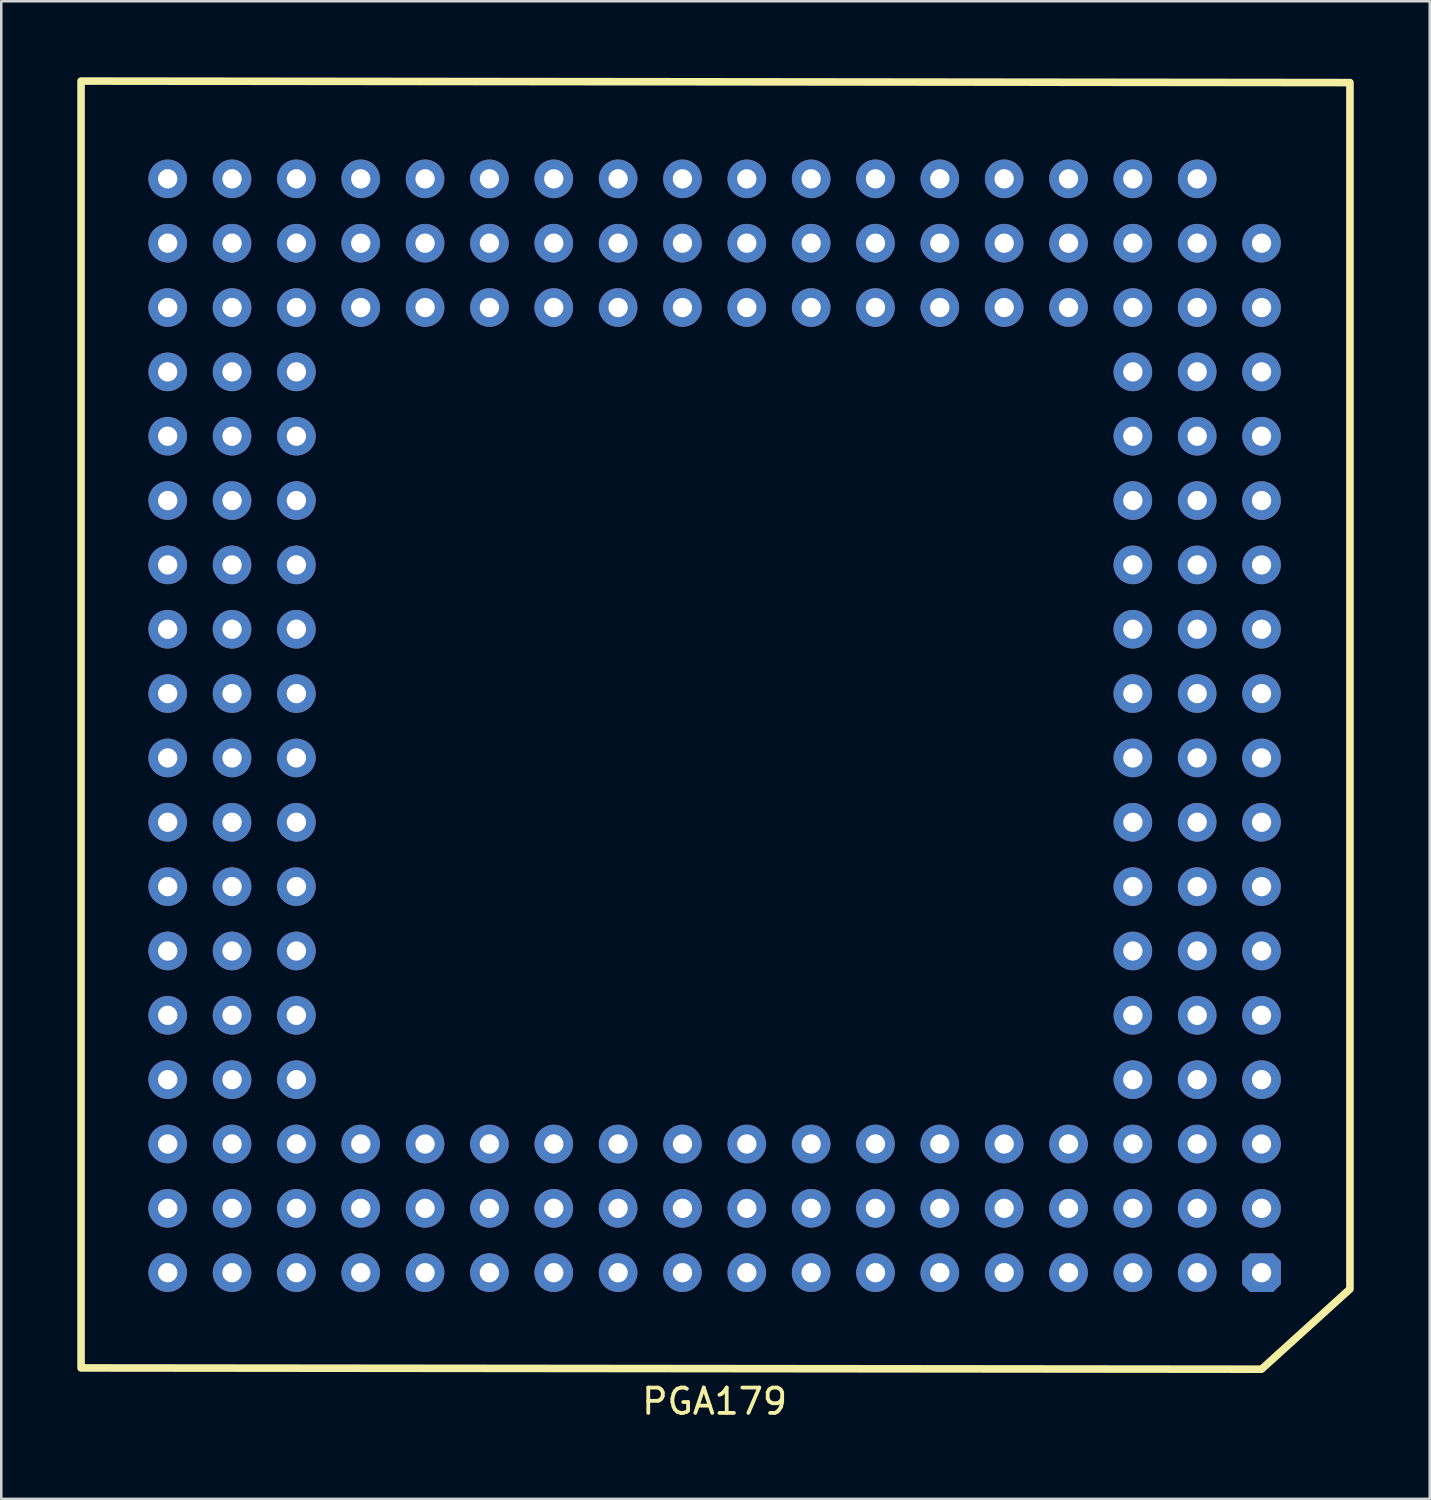
<source format=kicad_pcb>
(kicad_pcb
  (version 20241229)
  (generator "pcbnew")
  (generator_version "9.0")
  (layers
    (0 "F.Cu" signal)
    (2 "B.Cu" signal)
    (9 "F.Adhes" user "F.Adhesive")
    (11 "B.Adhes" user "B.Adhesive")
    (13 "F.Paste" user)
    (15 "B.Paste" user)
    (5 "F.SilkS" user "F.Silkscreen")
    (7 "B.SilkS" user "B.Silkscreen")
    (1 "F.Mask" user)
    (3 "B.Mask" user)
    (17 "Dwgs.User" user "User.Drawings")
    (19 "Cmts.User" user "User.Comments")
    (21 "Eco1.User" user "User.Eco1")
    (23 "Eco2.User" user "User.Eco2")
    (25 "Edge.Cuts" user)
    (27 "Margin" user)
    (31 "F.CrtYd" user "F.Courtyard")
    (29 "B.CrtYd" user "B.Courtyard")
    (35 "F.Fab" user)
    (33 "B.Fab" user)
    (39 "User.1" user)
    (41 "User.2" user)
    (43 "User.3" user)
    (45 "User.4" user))
  (footprint "PGA179"
    (layer "F.Cu")
    (at 25.16 25.6)
    (property "Reference" "PGA179" (at 0 26.67 0) (unlocked yes) (layer "F.SilkS") (effects (font (size 1 1) (thickness 0.15))))
    (attr through_hole)
    (fp_poly (pts (xy 25.08 -25.39) (xy -25.01 -25.45) (xy -25.01 25.35) (xy 21.59 25.4) (xy 25.08 22.235)) (stroke (width 0.3) (type solid)) (fill no) (layer "F.SilkS"))
    (pad "1" thru_hole roundrect (at 21.59 21.59) (size 1.524 1.524) (drill 0.762) (layers "*.Cu" "*.Mask") (roundrect_rratio 0) (chamfer_ratio 0.2) (chamfer top_left top_right bottom_left bottom_right))
    (pad "2" thru_hole circle (at 19.05 21.59) (size 1.524 1.524) (drill 0.762) (layers "*.Cu" "*.Mask"))
    (pad "3" thru_hole circle (at 16.51 21.59) (size 1.524 1.524) (drill 0.762) (layers "*.Cu" "*.Mask"))
    (pad "4" thru_hole circle (at 13.97 21.59) (size 1.524 1.524) (drill 0.762) (layers "*.Cu" "*.Mask"))
    (pad "5" thru_hole circle (at 11.43 21.59) (size 1.524 1.524) (drill 0.762) (layers "*.Cu" "*.Mask"))
    (pad "6" thru_hole circle (at 8.89 21.59) (size 1.524 1.524) (drill 0.762) (layers "*.Cu" "*.Mask"))
    (pad "7" thru_hole circle (at 6.35 21.59) (size 1.524 1.524) (drill 0.762) (layers "*.Cu" "*.Mask"))
    (pad "8" thru_hole circle (at 3.81 21.59) (size 1.524 1.524) (drill 0.762) (layers "*.Cu" "*.Mask"))
    (pad "9" thru_hole circle (at 1.27 21.59) (size 1.524 1.524) (drill 0.762) (layers "*.Cu" "*.Mask"))
    (pad "10" thru_hole circle (at -1.27 21.59) (size 1.524 1.524) (drill 0.762) (layers "*.Cu" "*.Mask"))
    (pad "11" thru_hole circle (at -3.81 21.59) (size 1.524 1.524) (drill 0.762) (layers "*.Cu" "*.Mask"))
    (pad "12" thru_hole circle (at -6.35 21.59) (size 1.524 1.524) (drill 0.762) (layers "*.Cu" "*.Mask"))
    (pad "13" thru_hole circle (at -8.89 21.59) (size 1.524 1.524) (drill 0.762) (layers "*.Cu" "*.Mask"))
    (pad "14" thru_hole circle (at -11.43 21.59) (size 1.524 1.524) (drill 0.762) (layers "*.Cu" "*.Mask"))
    (pad "15" thru_hole circle (at -13.97 21.59) (size 1.524 1.524) (drill 0.762) (layers "*.Cu" "*.Mask"))
    (pad "16" thru_hole circle (at -16.51 21.59) (size 1.524 1.524) (drill 0.762) (layers "*.Cu" "*.Mask"))
    (pad "17" thru_hole circle (at -19.05 21.59) (size 1.524 1.524) (drill 0.762) (layers "*.Cu" "*.Mask"))
    (pad "18" thru_hole circle (at -21.59 21.59) (size 1.524 1.524) (drill 0.762) (layers "*.Cu" "*.Mask"))
    (pad "19" thru_hole circle (at 21.59 19.05) (size 1.524 1.524) (drill 0.762) (layers "*.Cu" "*.Mask"))
    (pad "20" thru_hole circle (at 19.05 19.05) (size 1.524 1.524) (drill 0.762) (layers "*.Cu" "*.Mask"))
    (pad "21" thru_hole circle (at 16.51 19.05) (size 1.524 1.524) (drill 0.762) (layers "*.Cu" "*.Mask"))
    (pad "22" thru_hole circle (at 13.97 19.05) (size 1.524 1.524) (drill 0.762) (layers "*.Cu" "*.Mask"))
    (pad "23" thru_hole circle (at 11.43 19.05) (size 1.524 1.524) (drill 0.762) (layers "*.Cu" "*.Mask"))
    (pad "24" thru_hole circle (at 8.89 19.05) (size 1.524 1.524) (drill 0.762) (layers "*.Cu" "*.Mask"))
    (pad "25" thru_hole circle (at 6.35 19.05) (size 1.524 1.524) (drill 0.762) (layers "*.Cu" "*.Mask"))
    (pad "26" thru_hole circle (at 3.81 19.05) (size 1.524 1.524) (drill 0.762) (layers "*.Cu" "*.Mask"))
    (pad "27" thru_hole circle (at 1.27 19.05) (size 1.524 1.524) (drill 0.762) (layers "*.Cu" "*.Mask"))
    (pad "28" thru_hole circle (at -1.27 19.05) (size 1.524 1.524) (drill 0.762) (layers "*.Cu" "*.Mask"))
    (pad "29" thru_hole circle (at -3.81 19.05) (size 1.524 1.524) (drill 0.762) (layers "*.Cu" "*.Mask"))
    (pad "30" thru_hole circle (at -6.35 19.05) (size 1.524 1.524) (drill 0.762) (layers "*.Cu" "*.Mask"))
    (pad "31" thru_hole circle (at -8.89 19.05) (size 1.524 1.524) (drill 0.762) (layers "*.Cu" "*.Mask"))
    (pad "32" thru_hole circle (at -11.43 19.05) (size 1.524 1.524) (drill 0.762) (layers "*.Cu" "*.Mask"))
    (pad "33" thru_hole circle (at -13.97 19.05) (size 1.524 1.524) (drill 0.762) (layers "*.Cu" "*.Mask"))
    (pad "34" thru_hole circle (at -16.51 19.05) (size 1.524 1.524) (drill 0.762) (layers "*.Cu" "*.Mask"))
    (pad "35" thru_hole circle (at -19.05 19.05) (size 1.524 1.524) (drill 0.762) (layers "*.Cu" "*.Mask"))
    (pad "36" thru_hole circle (at -21.59 19.05) (size 1.524 1.524) (drill 0.762) (layers "*.Cu" "*.Mask"))
    (pad "37" thru_hole circle (at 21.59 16.51) (size 1.524 1.524) (drill 0.762) (layers "*.Cu" "*.Mask"))
    (pad "38" thru_hole circle (at 19.05 16.51) (size 1.524 1.524) (drill 0.762) (layers "*.Cu" "*.Mask"))
    (pad "39" thru_hole circle (at 16.51 16.51) (size 1.524 1.524) (drill 0.762) (layers "*.Cu" "*.Mask"))
    (pad "40" thru_hole circle (at 13.97 16.51) (size 1.524 1.524) (drill 0.762) (layers "*.Cu" "*.Mask"))
    (pad "41" thru_hole circle (at 11.43 16.51) (size 1.524 1.524) (drill 0.762) (layers "*.Cu" "*.Mask"))
    (pad "42" thru_hole circle (at 8.89 16.51) (size 1.524 1.524) (drill 0.762) (layers "*.Cu" "*.Mask"))
    (pad "43" thru_hole circle (at 6.35 16.51) (size 1.524 1.524) (drill 0.762) (layers "*.Cu" "*.Mask"))
    (pad "44" thru_hole circle (at 3.81 16.51) (size 1.524 1.524) (drill 0.762) (layers "*.Cu" "*.Mask"))
    (pad "45" thru_hole circle (at 1.27 16.51) (size 1.524 1.524) (drill 0.762) (layers "*.Cu" "*.Mask"))
    (pad "46" thru_hole circle (at -1.27 16.51) (size 1.524 1.524) (drill 0.762) (layers "*.Cu" "*.Mask"))
    (pad "47" thru_hole circle (at -3.81 16.51) (size 1.524 1.524) (drill 0.762) (layers "*.Cu" "*.Mask"))
    (pad "48" thru_hole circle (at -6.35 16.51) (size 1.524 1.524) (drill 0.762) (layers "*.Cu" "*.Mask"))
    (pad "49" thru_hole circle (at -8.89 16.51) (size 1.524 1.524) (drill 0.762) (layers "*.Cu" "*.Mask"))
    (pad "50" thru_hole circle (at -11.43 16.51) (size 1.524 1.524) (drill 0.762) (layers "*.Cu" "*.Mask"))
    (pad "51" thru_hole circle (at -13.97 16.51) (size 1.524 1.524) (drill 0.762) (layers "*.Cu" "*.Mask"))
    (pad "52" thru_hole circle (at -16.51 16.51) (size 1.524 1.524) (drill 0.762) (layers "*.Cu" "*.Mask"))
    (pad "53" thru_hole circle (at -19.05 16.51) (size 1.524 1.524) (drill 0.762) (layers "*.Cu" "*.Mask"))
    (pad "54" thru_hole circle (at -21.59 16.51) (size 1.524 1.524) (drill 0.762) (layers "*.Cu" "*.Mask"))
    (pad "55" thru_hole circle (at 21.59 13.97) (size 1.524 1.524) (drill 0.762) (layers "*.Cu" "*.Mask"))
    (pad "56" thru_hole circle (at 19.05 13.97) (size 1.524 1.524) (drill 0.762) (layers "*.Cu" "*.Mask"))
    (pad "57" thru_hole circle (at 16.51 13.97) (size 1.524 1.524) (drill 0.762) (layers "*.Cu" "*.Mask"))
    (pad "58" thru_hole circle (at -16.51 13.97) (size 1.524 1.524) (drill 0.762) (layers "*.Cu" "*.Mask"))
    (pad "59" thru_hole circle (at -19.05 13.97) (size 1.524 1.524) (drill 0.762) (layers "*.Cu" "*.Mask"))
    (pad "60" thru_hole circle (at -21.59 13.97) (size 1.524 1.524) (drill 0.762) (layers "*.Cu" "*.Mask"))
    (pad "61" thru_hole circle (at 21.59 11.43) (size 1.524 1.524) (drill 0.762) (layers "*.Cu" "*.Mask"))
    (pad "62" thru_hole circle (at 19.05 11.43) (size 1.524 1.524) (drill 0.762) (layers "*.Cu" "*.Mask"))
    (pad "63" thru_hole circle (at 16.51 11.43) (size 1.524 1.524) (drill 0.762) (layers "*.Cu" "*.Mask"))
    (pad "64" thru_hole circle (at -16.51 11.43) (size 1.524 1.524) (drill 0.762) (layers "*.Cu" "*.Mask"))
    (pad "65" thru_hole circle (at -19.05 11.43) (size 1.524 1.524) (drill 0.762) (layers "*.Cu" "*.Mask"))
    (pad "66" thru_hole circle (at -21.59 11.43) (size 1.524 1.524) (drill 0.762) (layers "*.Cu" "*.Mask"))
    (pad "67" thru_hole circle (at 21.59 8.89) (size 1.524 1.524) (drill 0.762) (layers "*.Cu" "*.Mask"))
    (pad "68" thru_hole circle (at 19.05 8.89) (size 1.524 1.524) (drill 0.762) (layers "*.Cu" "*.Mask"))
    (pad "69" thru_hole circle (at 16.51 8.89) (size 1.524 1.524) (drill 0.762) (layers "*.Cu" "*.Mask"))
    (pad "70" thru_hole circle (at -16.51 8.89) (size 1.524 1.524) (drill 0.762) (layers "*.Cu" "*.Mask"))
    (pad "71" thru_hole circle (at -19.05 8.89) (size 1.524 1.524) (drill 0.762) (layers "*.Cu" "*.Mask"))
    (pad "72" thru_hole circle (at -21.59 8.89) (size 1.524 1.524) (drill 0.762) (layers "*.Cu" "*.Mask"))
    (pad "73" thru_hole circle (at 21.59 6.35) (size 1.524 1.524) (drill 0.762) (layers "*.Cu" "*.Mask"))
    (pad "74" thru_hole circle (at 19.05 6.35) (size 1.524 1.524) (drill 0.762) (layers "*.Cu" "*.Mask"))
    (pad "75" thru_hole circle (at 16.51 6.35) (size 1.524 1.524) (drill 0.762) (layers "*.Cu" "*.Mask"))
    (pad "76" thru_hole circle (at -16.51 6.35) (size 1.524 1.524) (drill 0.762) (layers "*.Cu" "*.Mask"))
    (pad "77" thru_hole circle (at -19.05 6.35) (size 1.524 1.524) (drill 0.762) (layers "*.Cu" "*.Mask"))
    (pad "78" thru_hole circle (at -21.59 6.35) (size 1.524 1.524) (drill 0.762) (layers "*.Cu" "*.Mask"))
    (pad "79" thru_hole circle (at 21.59 3.81) (size 1.524 1.524) (drill 0.762) (layers "*.Cu" "*.Mask"))
    (pad "80" thru_hole circle (at 19.05 3.81) (size 1.524 1.524) (drill 0.762) (layers "*.Cu" "*.Mask"))
    (pad "81" thru_hole circle (at 16.51 3.81) (size 1.524 1.524) (drill 0.762) (layers "*.Cu" "*.Mask"))
    (pad "82" thru_hole circle (at -16.51 3.81) (size 1.524 1.524) (drill 0.762) (layers "*.Cu" "*.Mask"))
    (pad "83" thru_hole circle (at -19.05 3.81) (size 1.524 1.524) (drill 0.762) (layers "*.Cu" "*.Mask"))
    (pad "84" thru_hole circle (at -21.59 3.81) (size 1.524 1.524) (drill 0.762) (layers "*.Cu" "*.Mask"))
    (pad "85" thru_hole circle (at 21.59 1.27) (size 1.524 1.524) (drill 0.762) (layers "*.Cu" "*.Mask"))
    (pad "86" thru_hole circle (at 19.05 1.27) (size 1.524 1.524) (drill 0.762) (layers "*.Cu" "*.Mask"))
    (pad "87" thru_hole circle (at 16.51 1.27) (size 1.524 1.524) (drill 0.762) (layers "*.Cu" "*.Mask"))
    (pad "88" thru_hole circle (at -16.51 1.27) (size 1.524 1.524) (drill 0.762) (layers "*.Cu" "*.Mask"))
    (pad "89" thru_hole circle (at -19.05 1.27) (size 1.524 1.524) (drill 0.762) (layers "*.Cu" "*.Mask"))
    (pad "90" thru_hole circle (at -21.59 1.27) (size 1.524 1.524) (drill 0.762) (layers "*.Cu" "*.Mask"))
    (pad "91" thru_hole circle (at 21.59 -1.27) (size 1.524 1.524) (drill 0.762) (layers "*.Cu" "*.Mask"))
    (pad "92" thru_hole circle (at 19.05 -1.27) (size 1.524 1.524) (drill 0.762) (layers "*.Cu" "*.Mask"))
    (pad "93" thru_hole circle (at 16.51 -1.27) (size 1.524 1.524) (drill 0.762) (layers "*.Cu" "*.Mask"))
    (pad "94" thru_hole circle (at -16.51 -1.27) (size 1.524 1.524) (drill 0.762) (layers "*.Cu" "*.Mask"))
    (pad "95" thru_hole circle (at -19.05 -1.27) (size 1.524 1.524) (drill 0.762) (layers "*.Cu" "*.Mask"))
    (pad "96" thru_hole circle (at -21.59 -1.27) (size 1.524 1.524) (drill 0.762) (layers "*.Cu" "*.Mask"))
    (pad "97" thru_hole circle (at 21.59 -3.81) (size 1.524 1.524) (drill 0.762) (layers "*.Cu" "*.Mask"))
    (pad "98" thru_hole circle (at 19.05 -3.81) (size 1.524 1.524) (drill 0.762) (layers "*.Cu" "*.Mask"))
    (pad "99" thru_hole circle (at 16.51 -3.81) (size 1.524 1.524) (drill 0.762) (layers "*.Cu" "*.Mask"))
    (pad "100" thru_hole circle (at -16.51 -3.81) (size 1.524 1.524) (drill 0.762) (layers "*.Cu" "*.Mask"))
    (pad "101" thru_hole circle (at -19.05 -3.81) (size 1.524 1.524) (drill 0.762) (layers "*.Cu" "*.Mask"))
    (pad "102" thru_hole circle (at -21.59 -3.81) (size 1.524 1.524) (drill 0.762) (layers "*.Cu" "*.Mask"))
    (pad "103" thru_hole circle (at 21.59 -6.35) (size 1.524 1.524) (drill 0.762) (layers "*.Cu" "*.Mask"))
    (pad "104" thru_hole circle (at 19.05 -6.35) (size 1.524 1.524) (drill 0.762) (layers "*.Cu" "*.Mask"))
    (pad "105" thru_hole circle (at 16.51 -6.35) (size 1.524 1.524) (drill 0.762) (layers "*.Cu" "*.Mask"))
    (pad "106" thru_hole circle (at -16.51 -6.35) (size 1.524 1.524) (drill 0.762) (layers "*.Cu" "*.Mask"))
    (pad "107" thru_hole circle (at -19.05 -6.35) (size 1.524 1.524) (drill 0.762) (layers "*.Cu" "*.Mask"))
    (pad "108" thru_hole circle (at -21.59 -6.35) (size 1.524 1.524) (drill 0.762) (layers "*.Cu" "*.Mask"))
    (pad "109" thru_hole circle (at 21.59 -8.89) (size 1.524 1.524) (drill 0.762) (layers "*.Cu" "*.Mask"))
    (pad "110" thru_hole circle (at 19.05 -8.89) (size 1.524 1.524) (drill 0.762) (layers "*.Cu" "*.Mask"))
    (pad "111" thru_hole circle (at 16.51 -8.89) (size 1.524 1.524) (drill 0.762) (layers "*.Cu" "*.Mask"))
    (pad "112" thru_hole circle (at -16.51 -8.89) (size 1.524 1.524) (drill 0.762) (layers "*.Cu" "*.Mask"))
    (pad "113" thru_hole circle (at -19.05 -8.89) (size 1.524 1.524) (drill 0.762) (layers "*.Cu" "*.Mask"))
    (pad "114" thru_hole circle (at -21.59 -8.89) (size 1.524 1.524) (drill 0.762) (layers "*.Cu" "*.Mask"))
    (pad "115" thru_hole circle (at 21.59 -11.43) (size 1.524 1.524) (drill 0.762) (layers "*.Cu" "*.Mask"))
    (pad "116" thru_hole circle (at 19.05 -11.43) (size 1.524 1.524) (drill 0.762) (layers "*.Cu" "*.Mask"))
    (pad "117" thru_hole circle (at 16.51 -11.43) (size 1.524 1.524) (drill 0.762) (layers "*.Cu" "*.Mask"))
    (pad "118" thru_hole circle (at -16.51 -11.43) (size 1.524 1.524) (drill 0.762) (layers "*.Cu" "*.Mask"))
    (pad "119" thru_hole circle (at -19.05 -11.43) (size 1.524 1.524) (drill 0.762) (layers "*.Cu" "*.Mask"))
    (pad "120" thru_hole circle (at -21.59 -11.43) (size 1.524 1.524) (drill 0.762) (layers "*.Cu" "*.Mask"))
    (pad "121" thru_hole circle (at 21.59 -13.97) (size 1.524 1.524) (drill 0.762) (layers "*.Cu" "*.Mask"))
    (pad "122" thru_hole circle (at 19.05 -13.97) (size 1.524 1.524) (drill 0.762) (layers "*.Cu" "*.Mask"))
    (pad "123" thru_hole circle (at 16.51 -13.97) (size 1.524 1.524) (drill 0.762) (layers "*.Cu" "*.Mask"))
    (pad "124" thru_hole circle (at -16.51 -13.97) (size 1.524 1.524) (drill 0.762) (layers "*.Cu" "*.Mask"))
    (pad "125" thru_hole circle (at -19.05 -13.97) (size 1.524 1.524) (drill 0.762) (layers "*.Cu" "*.Mask"))
    (pad "126" thru_hole circle (at -21.59 -13.97) (size 1.524 1.524) (drill 0.762) (layers "*.Cu" "*.Mask"))
    (pad "127" thru_hole circle (at 21.59 -16.51) (size 1.524 1.524) (drill 0.762) (layers "*.Cu" "*.Mask"))
    (pad "128" thru_hole circle (at 19.05 -16.51) (size 1.524 1.524) (drill 0.762) (layers "*.Cu" "*.Mask"))
    (pad "129" thru_hole circle (at 16.51 -16.51) (size 1.524 1.524) (drill 0.762) (layers "*.Cu" "*.Mask"))
    (pad "130" thru_hole circle (at 13.97 -16.51) (size 1.524 1.524) (drill 0.762) (layers "*.Cu" "*.Mask"))
    (pad "131" thru_hole circle (at 11.43 -16.51) (size 1.524 1.524) (drill 0.762) (layers "*.Cu" "*.Mask"))
    (pad "132" thru_hole circle (at 8.89 -16.51) (size 1.524 1.524) (drill 0.762) (layers "*.Cu" "*.Mask"))
    (pad "133" thru_hole circle (at 6.35 -16.51) (size 1.524 1.524) (drill 0.762) (layers "*.Cu" "*.Mask"))
    (pad "134" thru_hole circle (at 3.81 -16.51) (size 1.524 1.524) (drill 0.762) (layers "*.Cu" "*.Mask"))
    (pad "135" thru_hole circle (at 1.27 -16.51) (size 1.524 1.524) (drill 0.762) (layers "*.Cu" "*.Mask"))
    (pad "136" thru_hole circle (at -1.27 -16.51) (size 1.524 1.524) (drill 0.762) (layers "*.Cu" "*.Mask"))
    (pad "137" thru_hole circle (at -3.81 -16.51) (size 1.524 1.524) (drill 0.762) (layers "*.Cu" "*.Mask"))
    (pad "138" thru_hole circle (at -6.35 -16.51) (size 1.524 1.524) (drill 0.762) (layers "*.Cu" "*.Mask"))
    (pad "139" thru_hole circle (at -8.89 -16.51) (size 1.524 1.524) (drill 0.762) (layers "*.Cu" "*.Mask"))
    (pad "140" thru_hole circle (at -11.43 -16.51) (size 1.524 1.524) (drill 0.762) (layers "*.Cu" "*.Mask"))
    (pad "141" thru_hole circle (at -13.97 -16.51) (size 1.524 1.524) (drill 0.762) (layers "*.Cu" "*.Mask"))
    (pad "142" thru_hole circle (at -16.51 -16.51) (size 1.524 1.524) (drill 0.762) (layers "*.Cu" "*.Mask"))
    (pad "143" thru_hole circle (at -19.05 -16.51) (size 1.524 1.524) (drill 0.762) (layers "*.Cu" "*.Mask"))
    (pad "144" thru_hole circle (at -21.59 -16.51) (size 1.524 1.524) (drill 0.762) (layers "*.Cu" "*.Mask"))
    (pad "145" thru_hole circle (at 21.59 -19.05) (size 1.524 1.524) (drill 0.762) (layers "*.Cu" "*.Mask"))
    (pad "146" thru_hole circle (at 19.05 -19.05) (size 1.524 1.524) (drill 0.762) (layers "*.Cu" "*.Mask"))
    (pad "147" thru_hole circle (at 16.51 -19.05) (size 1.524 1.524) (drill 0.762) (layers "*.Cu" "*.Mask"))
    (pad "148" thru_hole circle (at 13.97 -19.05) (size 1.524 1.524) (drill 0.762) (layers "*.Cu" "*.Mask"))
    (pad "149" thru_hole circle (at 11.43 -19.05) (size 1.524 1.524) (drill 0.762) (layers "*.Cu" "*.Mask"))
    (pad "150" thru_hole circle (at 8.89 -19.05) (size 1.524 1.524) (drill 0.762) (layers "*.Cu" "*.Mask"))
    (pad "151" thru_hole circle (at 6.35 -19.05) (size 1.524 1.524) (drill 0.762) (layers "*.Cu" "*.Mask"))
    (pad "152" thru_hole circle (at 3.81 -19.05) (size 1.524 1.524) (drill 0.762) (layers "*.Cu" "*.Mask"))
    (pad "153" thru_hole circle (at 1.27 -19.05) (size 1.524 1.524) (drill 0.762) (layers "*.Cu" "*.Mask"))
    (pad "154" thru_hole circle (at -1.27 -19.05) (size 1.524 1.524) (drill 0.762) (layers "*.Cu" "*.Mask"))
    (pad "155" thru_hole circle (at -3.81 -19.05) (size 1.524 1.524) (drill 0.762) (layers "*.Cu" "*.Mask"))
    (pad "156" thru_hole circle (at -6.35 -19.05) (size 1.524 1.524) (drill 0.762) (layers "*.Cu" "*.Mask"))
    (pad "157" thru_hole circle (at -8.89 -19.05) (size 1.524 1.524) (drill 0.762) (layers "*.Cu" "*.Mask"))
    (pad "158" thru_hole circle (at -11.43 -19.05) (size 1.524 1.524) (drill 0.762) (layers "*.Cu" "*.Mask"))
    (pad "159" thru_hole circle (at -13.97 -19.05) (size 1.524 1.524) (drill 0.762) (layers "*.Cu" "*.Mask"))
    (pad "160" thru_hole circle (at -16.51 -19.05) (size 1.524 1.524) (drill 0.762) (layers "*.Cu" "*.Mask"))
    (pad "161" thru_hole circle (at -19.05 -19.05) (size 1.524 1.524) (drill 0.762) (layers "*.Cu" "*.Mask"))
    (pad "162" thru_hole circle (at -21.59 -19.05) (size 1.524 1.524) (drill 0.762) (layers "*.Cu" "*.Mask"))
    (pad "163" thru_hole circle (at 19.05 -21.59) (size 1.524 1.524) (drill 0.762) (layers "*.Cu" "*.Mask"))
    (pad "164" thru_hole circle (at 16.51 -21.59) (size 1.524 1.524) (drill 0.762) (layers "*.Cu" "*.Mask"))
    (pad "165" thru_hole circle (at 13.97 -21.59) (size 1.524 1.524) (drill 0.762) (layers "*.Cu" "*.Mask"))
    (pad "166" thru_hole circle (at 11.43 -21.59) (size 1.524 1.524) (drill 0.762) (layers "*.Cu" "*.Mask"))
    (pad "167" thru_hole circle (at 8.89 -21.59) (size 1.524 1.524) (drill 0.762) (layers "*.Cu" "*.Mask"))
    (pad "168" thru_hole circle (at 6.35 -21.59) (size 1.524 1.524) (drill 0.762) (layers "*.Cu" "*.Mask"))
    (pad "169" thru_hole circle (at 3.81 -21.59) (size 1.524 1.524) (drill 0.762) (layers "*.Cu" "*.Mask"))
    (pad "170" thru_hole circle (at 1.27 -21.59) (size 1.524 1.524) (drill 0.762) (layers "*.Cu" "*.Mask"))
    (pad "171" thru_hole circle (at -1.27 -21.59) (size 1.524 1.524) (drill 0.762) (layers "*.Cu" "*.Mask"))
    (pad "172" thru_hole circle (at -3.81 -21.59) (size 1.524 1.524) (drill 0.762) (layers "*.Cu" "*.Mask"))
    (pad "173" thru_hole circle (at -6.35 -21.59) (size 1.524 1.524) (drill 0.762) (layers "*.Cu" "*.Mask"))
    (pad "174" thru_hole circle (at -8.89 -21.59) (size 1.524 1.524) (drill 0.762) (layers "*.Cu" "*.Mask"))
    (pad "175" thru_hole circle (at -11.43 -21.59) (size 1.524 1.524) (drill 0.762) (layers "*.Cu" "*.Mask"))
    (pad "176" thru_hole circle (at -13.97 -21.59) (size 1.524 1.524) (drill 0.762) (layers "*.Cu" "*.Mask"))
    (pad "177" thru_hole circle (at -16.51 -21.59) (size 1.524 1.524) (drill 0.762) (layers "*.Cu" "*.Mask"))
    (pad "178" thru_hole circle (at -19.05 -21.59) (size 1.524 1.524) (drill 0.762) (layers "*.Cu" "*.Mask"))
    (pad "179" thru_hole circle (at -21.59 -21.59) (size 1.524 1.524) (drill 0.762) (layers "*.Cu" "*.Mask")))
  (gr_rect
    (start -3 -3)
    (end 53.39 56.118)
    (stroke (width 0.1) (type default))
    (fill no)
    (layer "Edge.Cuts")))
</source>
